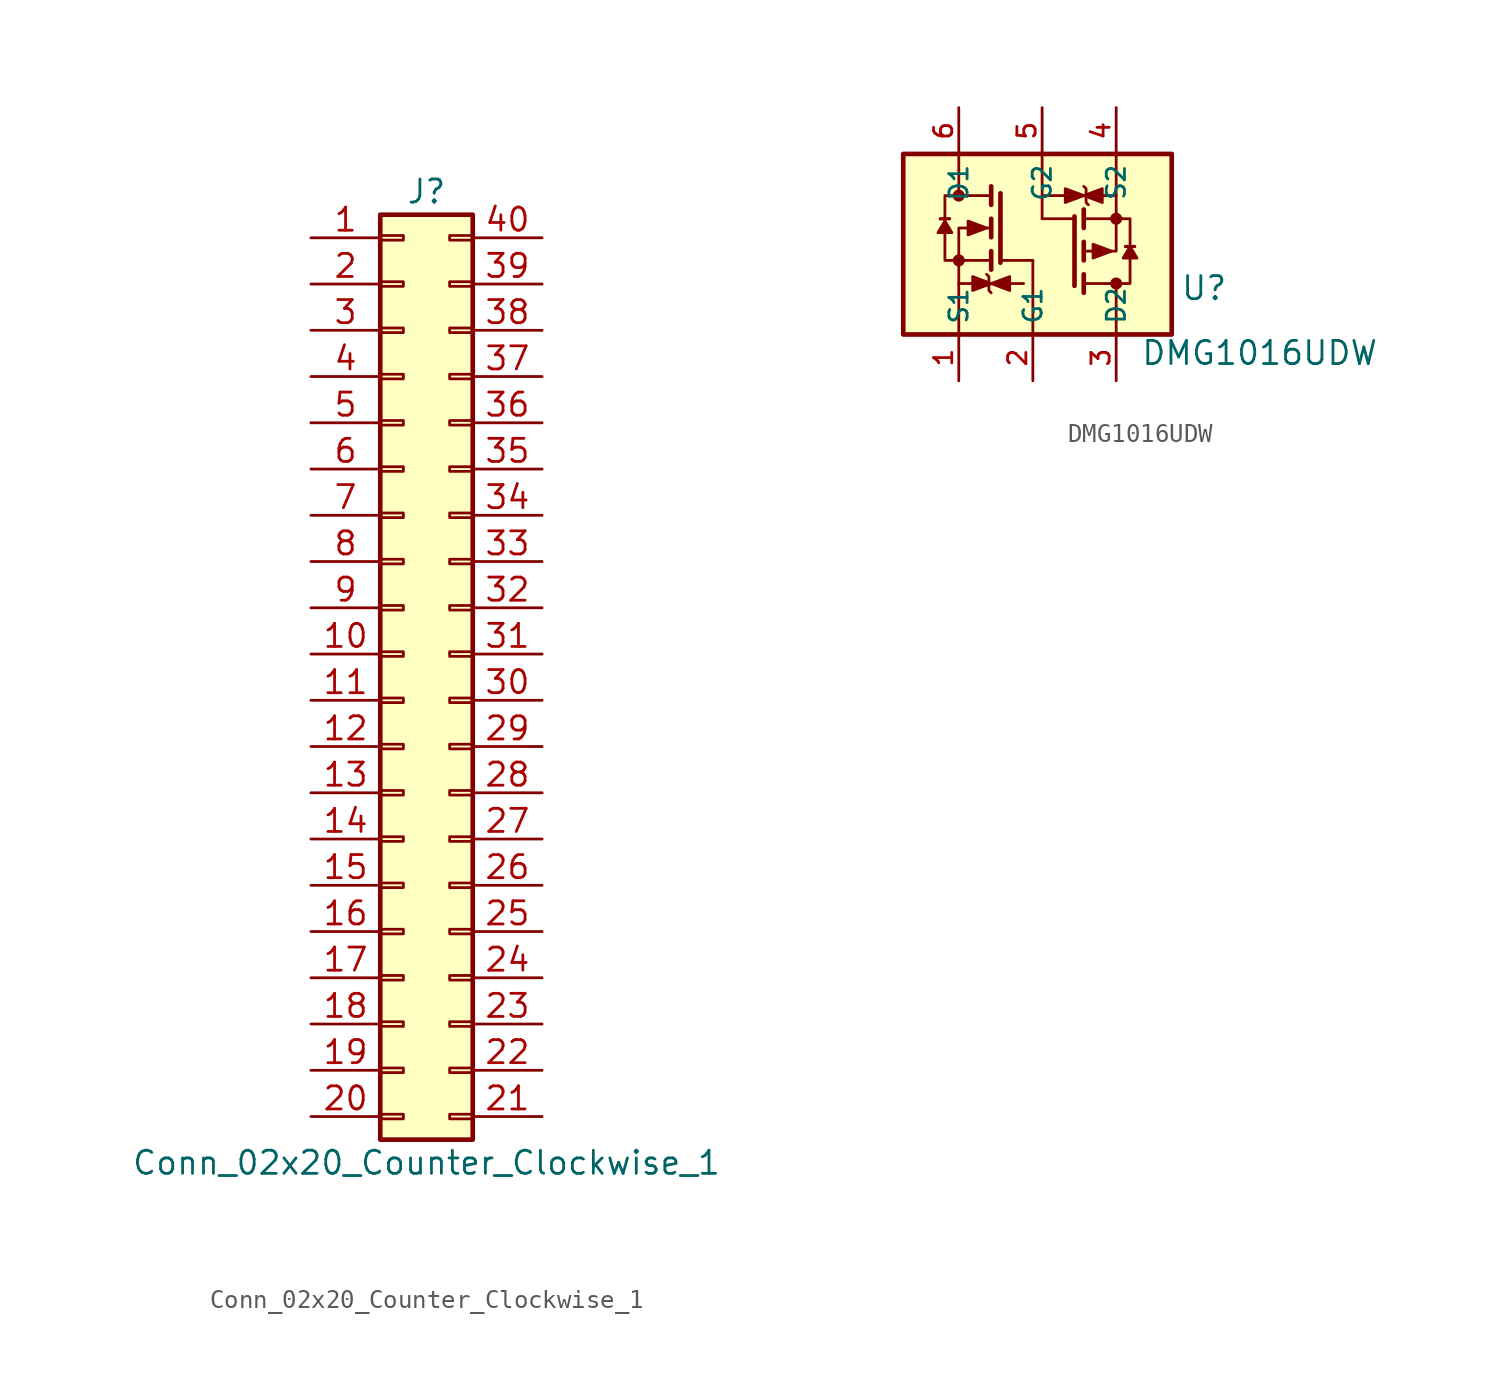
<source format=kicad_sym>
(kicad_symbol_lib
  (version 20211014)
  (generator kicad_symbol_editor)
  (symbol "Conn_02x20_Counter_Clockwise_1"
    (pin_names
      (offset 1.016) hide)
    (property "Reference" "J"
      (at 1.27 25.4 0)
      (effects (font (size 1.27 1.27))))
    (property "Value" "Conn_02x20_Counter_Clockwise_1"
      (at 1.27 -27.94 0)
      (effects (font (size 1.27 1.27))))
    (symbol "Conn_02x20_Counter_Clockwise_1_1_1"
      (rectangle (start -1.27 -25.273) (end 0 -25.527) (stroke (width 0.152) (type default) (color 0 0 0 0)) (fill (type none)))
      (rectangle (start -1.27 -22.733) (end 0 -22.987) (stroke (width 0.152) (type default) (color 0 0 0 0)) (fill (type none)))
      (rectangle (start -1.27 -20.193) (end 0 -20.447) (stroke (width 0.152) (type default) (color 0 0 0 0)) (fill (type none)))
      (rectangle (start -1.27 -17.653) (end 0 -17.907) (stroke (width 0.152) (type default) (color 0 0 0 0)) (fill (type none)))
      (rectangle (start -1.27 -15.113) (end 0 -15.367) (stroke (width 0.152) (type default) (color 0 0 0 0)) (fill (type none)))
      (rectangle (start -1.27 -12.573) (end 0 -12.827) (stroke (width 0.152) (type default) (color 0 0 0 0)) (fill (type none)))
      (rectangle (start -1.27 -10.033) (end 0 -10.287) (stroke (width 0.152) (type default) (color 0 0 0 0)) (fill (type none)))
      (rectangle (start -1.27 -7.493) (end 0 -7.747) (stroke (width 0.152) (type default) (color 0 0 0 0)) (fill (type none)))
      (rectangle (start -1.27 -4.953) (end 0 -5.207) (stroke (width 0.152) (type default) (color 0 0 0 0)) (fill (type none)))
      (rectangle (start -1.27 -2.413) (end 0 -2.667) (stroke (width 0.152) (type default) (color 0 0 0 0)) (fill (type none)))
      (rectangle (start -1.27 0.127) (end 0 -0.127) (stroke (width 0.152) (type default) (color 0 0 0 0)) (fill (type none)))
      (rectangle (start -1.27 2.667) (end 0 2.413) (stroke (width 0.152) (type default) (color 0 0 0 0)) (fill (type none)))
      (rectangle (start -1.27 5.207) (end 0 4.953) (stroke (width 0.152) (type default) (color 0 0 0 0)) (fill (type none)))
      (rectangle (start -1.27 7.747) (end 0 7.493) (stroke (width 0.152) (type default) (color 0 0 0 0)) (fill (type none)))
      (rectangle (start -1.27 10.287) (end 0 10.033) (stroke (width 0.152) (type default) (color 0 0 0 0)) (fill (type none)))
      (rectangle (start -1.27 12.827) (end 0 12.573) (stroke (width 0.152) (type default) (color 0 0 0 0)) (fill (type none)))
      (rectangle (start -1.27 15.367) (end 0 15.113) (stroke (width 0.152) (type default) (color 0 0 0 0)) (fill (type none)))
      (rectangle (start -1.27 17.907) (end 0 17.653) (stroke (width 0.152) (type default) (color 0 0 0 0)) (fill (type none)))
      (rectangle (start -1.27 20.447) (end 0 20.193) (stroke (width 0.152) (type default) (color 0 0 0 0)) (fill (type none)))
      (rectangle (start -1.27 22.987) (end 0 22.733) (stroke (width 0.152) (type default) (color 0 0 0 0)) (fill (type none)))
      (rectangle (start -1.27 24.13) (end 3.81 -26.67) (stroke (width 0.254) (type default) (color 0 0 0 0)) (fill (type background)))
      (rectangle (start 3.81 -25.273) (end 2.54 -25.527) (stroke (width 0.152) (type default) (color 0 0 0 0)) (fill (type none)))
      (rectangle (start 3.81 -22.733) (end 2.54 -22.987) (stroke (width 0.152) (type default) (color 0 0 0 0)) (fill (type none)))
      (rectangle (start 3.81 -20.193) (end 2.54 -20.447) (stroke (width 0.152) (type default) (color 0 0 0 0)) (fill (type none)))
      (rectangle (start 3.81 -17.653) (end 2.54 -17.907) (stroke (width 0.152) (type default) (color 0 0 0 0)) (fill (type none)))
      (rectangle (start 3.81 -15.113) (end 2.54 -15.367) (stroke (width 0.152) (type default) (color 0 0 0 0)) (fill (type none)))
      (rectangle (start 3.81 -12.573) (end 2.54 -12.827) (stroke (width 0.152) (type default) (color 0 0 0 0)) (fill (type none)))
      (rectangle (start 3.81 -10.033) (end 2.54 -10.287) (stroke (width 0.152) (type default) (color 0 0 0 0)) (fill (type none)))
      (rectangle (start 3.81 -7.493) (end 2.54 -7.747) (stroke (width 0.152) (type default) (color 0 0 0 0)) (fill (type none)))
      (rectangle (start 3.81 -4.953) (end 2.54 -5.207) (stroke (width 0.152) (type default) (color 0 0 0 0)) (fill (type none)))
      (rectangle (start 3.81 -2.413) (end 2.54 -2.667) (stroke (width 0.152) (type default) (color 0 0 0 0)) (fill (type none)))
      (rectangle (start 3.81 0.127) (end 2.54 -0.127) (stroke (width 0.152) (type default) (color 0 0 0 0)) (fill (type none)))
      (rectangle (start 3.81 2.667) (end 2.54 2.413) (stroke (width 0.152) (type default) (color 0 0 0 0)) (fill (type none)))
      (rectangle (start 3.81 5.207) (end 2.54 4.953) (stroke (width 0.152) (type default) (color 0 0 0 0)) (fill (type none)))
      (rectangle (start 3.81 7.747) (end 2.54 7.493) (stroke (width 0.152) (type default) (color 0 0 0 0)) (fill (type none)))
      (rectangle (start 3.81 10.287) (end 2.54 10.033) (stroke (width 0.152) (type default) (color 0 0 0 0)) (fill (type none)))
      (rectangle (start 3.81 12.827) (end 2.54 12.573) (stroke (width 0.152) (type default) (color 0 0 0 0)) (fill (type none)))
      (rectangle (start 3.81 15.367) (end 2.54 15.113) (stroke (width 0.152) (type default) (color 0 0 0 0)) (fill (type none)))
      (rectangle (start 3.81 17.907) (end 2.54 17.653) (stroke (width 0.152) (type default) (color 0 0 0 0)) (fill (type none)))
      (rectangle (start 3.81 20.447) (end 2.54 20.193) (stroke (width 0.152) (type default) (color 0 0 0 0)) (fill (type none)))
      (rectangle (start 3.81 22.987) (end 2.54 22.733) (stroke (width 0.152) (type default) (color 0 0 0 0)) (fill (type none)))
      (pin passive line (at -5.08 22.86 0) (length 3.81) (name "Pin_1" (effects (font (size 1.27 1.27)))) (number "1" (effects (font (size 1.27 1.27)))))
      (pin passive line (at -5.08 0 0) (length 3.81) (name "Pin_10" (effects (font (size 1.27 1.27)))) (number "10" (effects (font (size 1.27 1.27)))))
      (pin passive line (at -5.08 -2.54 0) (length 3.81) (name "Pin_11" (effects (font (size 1.27 1.27)))) (number "11" (effects (font (size 1.27 1.27)))))
      (pin passive line (at -5.08 -5.08 0) (length 3.81) (name "Pin_12" (effects (font (size 1.27 1.27)))) (number "12" (effects (font (size 1.27 1.27)))))
      (pin passive line (at -5.08 -7.62 0) (length 3.81) (name "Pin_13" (effects (font (size 1.27 1.27)))) (number "13" (effects (font (size 1.27 1.27)))))
      (pin passive line (at -5.08 -10.16 0) (length 3.81) (name "Pin_14" (effects (font (size 1.27 1.27)))) (number "14" (effects (font (size 1.27 1.27)))))
      (pin passive line (at -5.08 -12.7 0) (length 3.81) (name "Pin_15" (effects (font (size 1.27 1.27)))) (number "15" (effects (font (size 1.27 1.27)))))
      (pin passive line (at -5.08 -15.24 0) (length 3.81) (name "Pin_16" (effects (font (size 1.27 1.27)))) (number "16" (effects (font (size 1.27 1.27)))))
      (pin passive line (at -5.08 -17.78 0) (length 3.81) (name "Pin_17" (effects (font (size 1.27 1.27)))) (number "17" (effects (font (size 1.27 1.27)))))
      (pin passive line (at -5.08 -20.32 0) (length 3.81) (name "Pin_18" (effects (font (size 1.27 1.27)))) (number "18" (effects (font (size 1.27 1.27)))))
      (pin passive line (at -5.08 -22.86 0) (length 3.81) (name "Pin_19" (effects (font (size 1.27 1.27)))) (number "19" (effects (font (size 1.27 1.27)))))
      (pin passive line (at -5.08 20.32 0) (length 3.81) (name "Pin_2" (effects (font (size 1.27 1.27)))) (number "2" (effects (font (size 1.27 1.27)))))
      (pin passive line (at -5.08 -25.4 0) (length 3.81) (name "Pin_20" (effects (font (size 1.27 1.27)))) (number "20" (effects (font (size 1.27 1.27)))))
      (pin passive line (at 7.62 -25.4 180) (length 3.81) (name "Pin_21" (effects (font (size 1.27 1.27)))) (number "21" (effects (font (size 1.27 1.27)))))
      (pin passive line (at 7.62 -22.86 180) (length 3.81) (name "Pin_22" (effects (font (size 1.27 1.27)))) (number "22" (effects (font (size 1.27 1.27)))))
      (pin passive line (at 7.62 -20.32 180) (length 3.81) (name "Pin_23" (effects (font (size 1.27 1.27)))) (number "23" (effects (font (size 1.27 1.27)))))
      (pin passive line (at 7.62 -17.78 180) (length 3.81) (name "Pin_24" (effects (font (size 1.27 1.27)))) (number "24" (effects (font (size 1.27 1.27)))))
      (pin passive line (at 7.62 -15.24 180) (length 3.81) (name "Pin_25" (effects (font (size 1.27 1.27)))) (number "25" (effects (font (size 1.27 1.27)))))
      (pin passive line (at 7.62 -12.7 180) (length 3.81) (name "Pin_26" (effects (font (size 1.27 1.27)))) (number "26" (effects (font (size 1.27 1.27)))))
      (pin passive line (at 7.62 -10.16 180) (length 3.81) (name "Pin_27" (effects (font (size 1.27 1.27)))) (number "27" (effects (font (size 1.27 1.27)))))
      (pin passive line (at 7.62 -7.62 180) (length 3.81) (name "Pin_28" (effects (font (size 1.27 1.27)))) (number "28" (effects (font (size 1.27 1.27)))))
      (pin passive line (at 7.62 -5.08 180) (length 3.81) (name "Pin_29" (effects (font (size 1.27 1.27)))) (number "29" (effects (font (size 1.27 1.27)))))
      (pin passive line (at -5.08 17.78 0) (length 3.81) (name "Pin_3" (effects (font (size 1.27 1.27)))) (number "3" (effects (font (size 1.27 1.27)))))
      (pin passive line (at 7.62 -2.54 180) (length 3.81) (name "Pin_30" (effects (font (size 1.27 1.27)))) (number "30" (effects (font (size 1.27 1.27)))))
      (pin passive line (at 7.62 0 180) (length 3.81) (name "Pin_31" (effects (font (size 1.27 1.27)))) (number "31" (effects (font (size 1.27 1.27)))))
      (pin passive line (at 7.62 2.54 180) (length 3.81) (name "Pin_32" (effects (font (size 1.27 1.27)))) (number "32" (effects (font (size 1.27 1.27)))))
      (pin passive line (at 7.62 5.08 180) (length 3.81) (name "Pin_33" (effects (font (size 1.27 1.27)))) (number "33" (effects (font (size 1.27 1.27)))))
      (pin passive line (at 7.62 7.62 180) (length 3.81) (name "Pin_34" (effects (font (size 1.27 1.27)))) (number "34" (effects (font (size 1.27 1.27)))))
      (pin passive line (at 7.62 10.16 180) (length 3.81) (name "Pin_35" (effects (font (size 1.27 1.27)))) (number "35" (effects (font (size 1.27 1.27)))))
      (pin passive line (at 7.62 12.7 180) (length 3.81) (name "Pin_36" (effects (font (size 1.27 1.27)))) (number "36" (effects (font (size 1.27 1.27)))))
      (pin passive line (at 7.62 15.24 180) (length 3.81) (name "Pin_37" (effects (font (size 1.27 1.27)))) (number "37" (effects (font (size 1.27 1.27)))))
      (pin passive line (at 7.62 17.78 180) (length 3.81) (name "Pin_38" (effects (font (size 1.27 1.27)))) (number "38" (effects (font (size 1.27 1.27)))))
      (pin passive line (at 7.62 20.32 180) (length 3.81) (name "Pin_39" (effects (font (size 1.27 1.27)))) (number "39" (effects (font (size 1.27 1.27)))))
      (pin passive line (at -5.08 15.24 0) (length 3.81) (name "Pin_4" (effects (font (size 1.27 1.27)))) (number "4" (effects (font (size 1.27 1.27)))))
      (pin passive line (at 7.62 22.86 180) (length 3.81) (name "Pin_40" (effects (font (size 1.27 1.27)))) (number "40" (effects (font (size 1.27 1.27)))))
      (pin passive line (at -5.08 12.7 0) (length 3.81) (name "Pin_5" (effects (font (size 1.27 1.27)))) (number "5" (effects (font (size 1.27 1.27)))))
      (pin passive line (at -5.08 10.16 0) (length 3.81) (name "Pin_6" (effects (font (size 1.27 1.27)))) (number "6" (effects (font (size 1.27 1.27)))))
      (pin passive line (at -5.08 7.62 0) (length 3.81) (name "Pin_7" (effects (font (size 1.27 1.27)))) (number "7" (effects (font (size 1.27 1.27)))))
      (pin passive line (at -5.08 5.08 0) (length 3.81) (name "Pin_8" (effects (font (size 1.27 1.27)))) (number "8" (effects (font (size 1.27 1.27)))))
      (pin passive line (at -5.08 2.54 0) (length 3.81) (name "Pin_9" (effects (font (size 1.27 1.27)))) (number "9" (effects (font (size 1.27 1.27)))))))
  (symbol "DMG1016UDW"
    (property "Reference" "U"
      (at 8.89 -2.54 0)
      (effects (font (size 1.27 1.27))))
    (property "Value" "DMG1016UDW"
      (at 11.938 -6.096 0)
      (effects (font (size 1.27 1.27))))
    (symbol "DMG1016UDW_0_1"
      (rectangle (start -7.62 4.826) (end 7.112 -5.08) (stroke (width 0.254) (type default) (color 0 0 0 0)) (fill (type background)))
      (circle (center -4.572 -1.016) (radius 0.254) (stroke (width 0) (type default) (color 0 0 0 0)) (fill (type outline)))
      (circle (center -4.572 2.54) (radius 0.254) (stroke (width 0) (type default) (color 0 0 0 0)) (fill (type outline)))
      (polyline (pts (xy -4.572 4.826) (xy -4.572 2.54)) (stroke (width 0) (type default) (color 0 0 0 0)) (fill (type none)))
      (polyline (pts (xy -2.794 -0.508) (xy -2.794 -1.524)) (stroke (width 0.254) (type default) (color 0 0 0 0)) (fill (type none)))
      (polyline (pts (xy -2.794 1.27) (xy -2.794 0.254)) (stroke (width 0.254) (type default) (color 0 0 0 0)) (fill (type none)))
      (polyline (pts (xy -2.794 3.048) (xy -2.794 2.032)) (stroke (width 0.254) (type default) (color 0 0 0 0)) (fill (type none)))
      (polyline (pts (xy -2.286 -1.016) (xy -0.508 -1.016)) (stroke (width 0) (type default) (color 0 0 0 0)) (fill (type none)))
      (polyline (pts (xy -2.286 2.667) (xy -2.286 -1.143)) (stroke (width 0.254) (type default) (color 0 0 0 0)) (fill (type none)))
      (polyline (pts (xy -1.016 -2.286) (xy -4.572 -2.286)) (stroke (width 0) (type default) (color 0 0 0 0)) (fill (type none)))
      (polyline (pts (xy -0.508 -5.08) (xy -0.508 -1.016)) (stroke (width 0) (type default) (color 0 0 0 0)) (fill (type none)))
      (polyline (pts (xy 0 2.54) (xy 4.064 2.54)) (stroke (width 0) (type default) (color 0 0 0 0)) (fill (type none)))
      (polyline (pts (xy 0 4.826) (xy 0 1.27)) (stroke (width 0) (type default) (color 0 0 0 0)) (fill (type none)))
      (polyline (pts (xy 1.778 -2.413) (xy 1.778 1.397)) (stroke (width 0.254) (type default) (color 0 0 0 0)) (fill (type none)))
      (polyline (pts (xy 1.778 1.27) (xy 0 1.27)) (stroke (width 0) (type default) (color 0 0 0 0)) (fill (type none)))
      (polyline (pts (xy 2.286 -2.794) (xy 2.286 -1.778)) (stroke (width 0.254) (type default) (color 0 0 0 0)) (fill (type none)))
      (polyline (pts (xy 2.286 -1.016) (xy 2.286 0)) (stroke (width 0.254) (type default) (color 0 0 0 0)) (fill (type none)))
      (polyline (pts (xy 2.286 0.762) (xy 2.286 1.778)) (stroke (width 0.254) (type default) (color 0 0 0 0)) (fill (type none)))
      (polyline (pts (xy 4.064 -5.08) (xy 4.064 -2.286)) (stroke (width 0) (type default) (color 0 0 0 0)) (fill (type none)))
      (polyline (pts (xy -4.572 -5.08) (xy -4.572 0.762) (xy -2.794 0.762)) (stroke (width 0) (type default) (color 0 0 0 0)) (fill (type none)))
      (polyline (pts (xy 4.064 4.826) (xy 4.064 -0.508) (xy 2.286 -0.508)) (stroke (width 0) (type default) (color 0 0 0 0)) (fill (type none)))
      (polyline (pts (xy -5.334 1.143) (xy -4.953 0.508) (xy -5.715 0.508) (xy -5.334 1.143)) (stroke (width 0) (type default) (color 0 0 0 0)) (fill (type outline)))
      (polyline (pts (xy -3.048 -1.778) (xy -2.921 -1.905) (xy -2.921 -2.667) (xy -2.794 -2.794)) (stroke (width 0) (type default) (color 0 0 0 0)) (fill (type none)))
      (polyline (pts (xy -3.048 0.762) (xy -4.064 1.143) (xy -4.064 0.381) (xy -3.048 0.762)) (stroke (width 0) (type default) (color 0 0 0 0)) (fill (type outline)))
      (polyline (pts (xy -2.794 -2.286) (xy -3.81 -1.905) (xy -3.81 -2.667) (xy -2.794 -2.286)) (stroke (width 0) (type default) (color 0 0 0 0)) (fill (type outline)))
      (polyline (pts (xy -2.794 -2.286) (xy -1.778 -2.667) (xy -1.778 -1.905) (xy -2.794 -2.286)) (stroke (width 0) (type default) (color 0 0 0 0)) (fill (type outline)))
      (polyline (pts (xy -2.794 -1.016) (xy -5.334 -1.016) (xy -5.334 2.54) (xy -2.794 2.54)) (stroke (width 0) (type default) (color 0 0 0 0)) (fill (type none)))
      (polyline (pts (xy 2.286 1.27) (xy 4.826 1.27) (xy 4.826 -2.286) (xy 2.286 -2.286)) (stroke (width 0) (type default) (color 0 0 0 0)) (fill (type none)))
      (polyline (pts (xy 2.286 2.54) (xy 1.27 2.921) (xy 1.27 2.159) (xy 2.286 2.54)) (stroke (width 0) (type default) (color 0 0 0 0)) (fill (type outline)))
      (polyline (pts (xy 2.286 2.54) (xy 3.302 2.159) (xy 3.302 2.921) (xy 2.286 2.54)) (stroke (width 0) (type default) (color 0 0 0 0)) (fill (type outline)))
      (polyline (pts (xy 2.54 2.032) (xy 2.413 2.159) (xy 2.413 2.921) (xy 2.286 3.048)) (stroke (width 0) (type default) (color 0 0 0 0)) (fill (type none)))
      (polyline (pts (xy 3.81 -0.508) (xy 2.794 -0.127) (xy 2.794 -0.889) (xy 3.81 -0.508)) (stroke (width 0) (type default) (color 0 0 0 0)) (fill (type outline)))
      (polyline (pts (xy 4.826 -0.254) (xy 5.207 -0.889) (xy 4.445 -0.889) (xy 4.826 -0.254)) (stroke (width 0) (type default) (color 0 0 0 0)) (fill (type outline)))
      (circle (center 4.064 -2.286) (radius 0.254) (stroke (width 0) (type default) (color 0 0 0 0)) (fill (type outline)))
      (circle (center 4.064 1.27) (radius 0.254) (stroke (width 0) (type default) (color 0 0 0 0)) (fill (type outline))))
    (symbol "DMG1016UDW_1_1"
      (polyline (pts (xy -5.588 1.27) (xy -5.08 1.27)) (stroke (width 0.18) (type default) (color 0 0 0 0)) (fill (type none)))
      (polyline (pts (xy 5.08 -0.254) (xy 4.572 -0.254)) (stroke (width 0.18) (type default) (color 0 0 0 0)) (fill (type none)))
      (pin passive line (at -4.572 -7.62 90) (length 2.54) (name "S1" (effects (font (size 1 1)))) (number "1" (effects (font (size 1 1)))))
      (pin passive line (at -0.508 -7.62 90) (length 2.54) (name "G1" (effects (font (size 1 1)))) (number "2" (effects (font (size 1 1)))))
      (pin passive line (at 4.064 -7.62 90) (length 2.54) (name "D2" (effects (font (size 1 1)))) (number "3" (effects (font (size 1 1)))))
      (pin passive line (at 4.064 7.366 270) (length 2.54) (name "S2" (effects (font (size 1 1)))) (number "4" (effects (font (size 1 1)))))
      (pin passive line (at 0 7.366 270) (length 2.54) (name "G2" (effects (font (size 1 1)))) (number "5" (effects (font (size 1 1)))))
      (pin passive line (at -4.572 7.366 270) (length 2.54) (name "D1" (effects (font (size 1 1)))) (number "6" (effects (font (size 1 1))))))))
</source>
